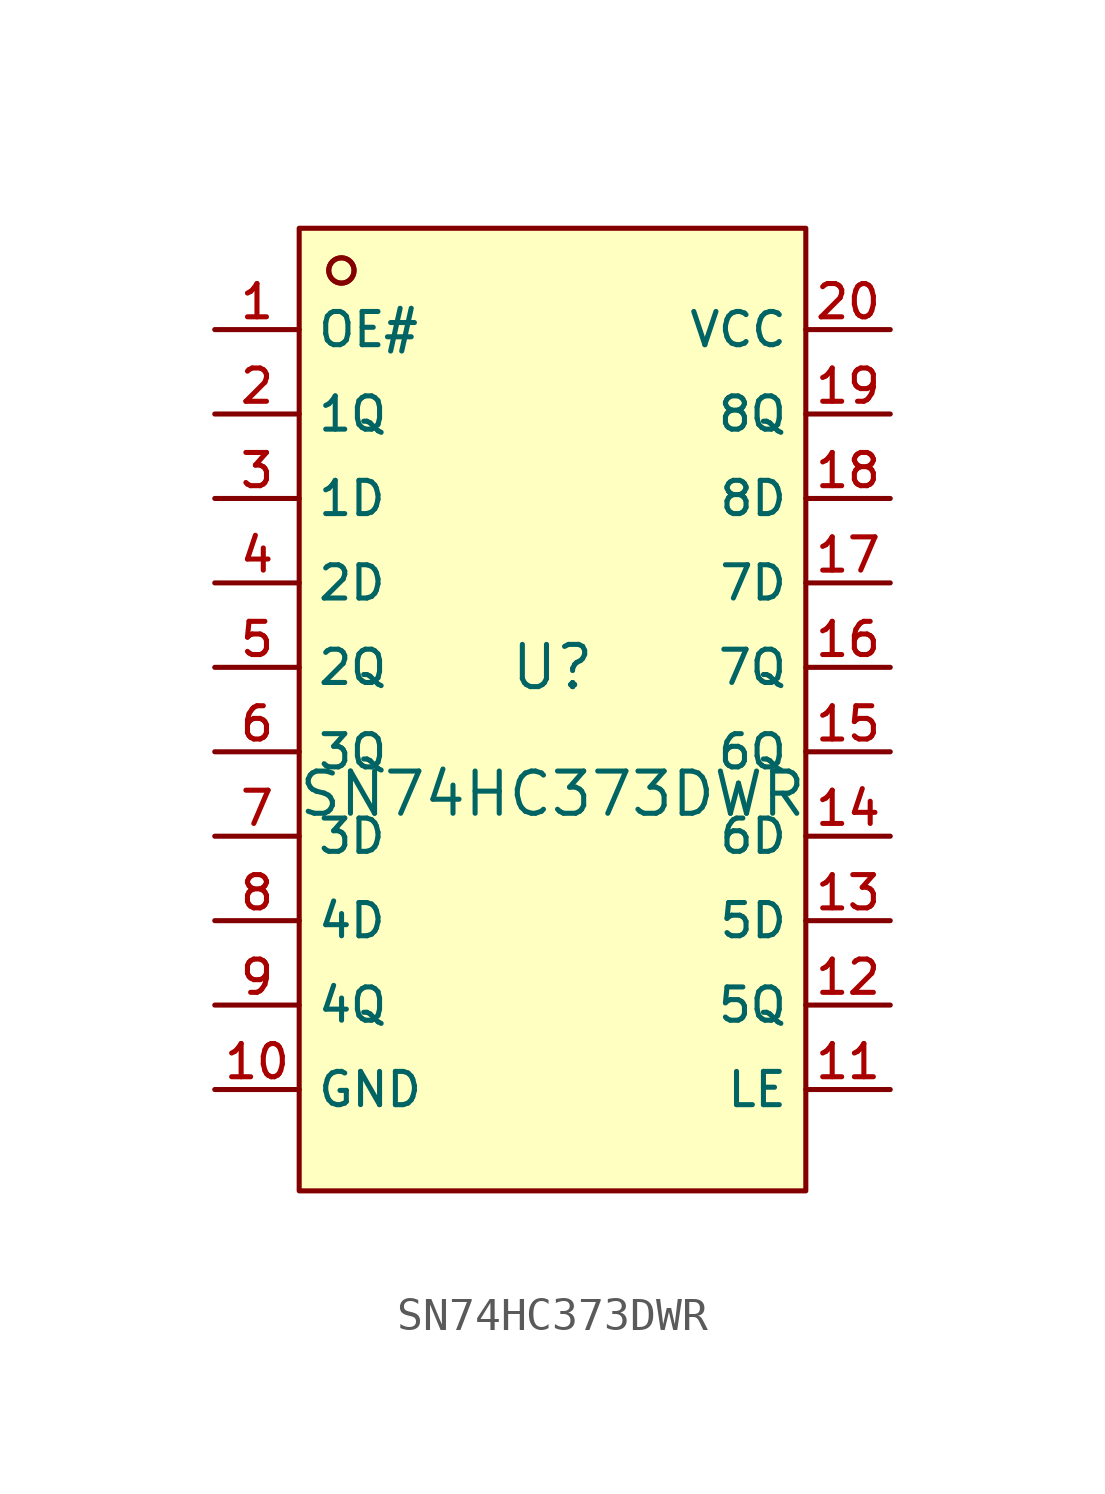
<source format=kicad_sym>
(kicad_symbol_lib
  (version 20210201)
  (generator TousstNicolas/JLC2KiCad_lib)
  (symbol "SN74HC373DWR"
    (property "Reference" "U"
      (at 0 1.27 0)
      (effects (font (size 1.27 1.27))))
    (property "Value" "SN74HC373DWR"
      (at 0 -2.54 0)
      (effects (font (size 1.27 1.27))))
    (symbol "SN74HC373DWR_0_1"
      (circle (center -6.35 13.208) (radius 0.381) (stroke (width 0) (type default) (color 0 0 0 0)) (fill (type background)))
      (rectangle (start -7.62 14.478) (end 7.62 -14.478) (stroke (width 0) (type default) (color 0 0 0 0)) (fill (type background)))
      (circle (center -6.35 13.208) (radius 0.381) (stroke (width 0) (type default) (color 0 0 0 0)) (fill (type background)))
      (pin unspecified line (at -10.16 11.43 0) (length 2.54) (name "OE#" (effects (font (size 1 1)))) (number "1" (effects (font (size 1 1)))))
      (pin unspecified line (at -10.16 8.89 0) (length 2.54) (name "1Q" (effects (font (size 1 1)))) (number "2" (effects (font (size 1 1)))))
      (pin unspecified line (at -10.16 6.35 0) (length 2.54) (name "1D" (effects (font (size 1 1)))) (number "3" (effects (font (size 1 1)))))
      (pin unspecified line (at -10.16 3.81 0) (length 2.54) (name "2D" (effects (font (size 1 1)))) (number "4" (effects (font (size 1 1)))))
      (pin unspecified line (at -10.16 1.27 0) (length 2.54) (name "2Q" (effects (font (size 1 1)))) (number "5" (effects (font (size 1 1)))))
      (pin unspecified line (at -10.16 -1.27 0) (length 2.54) (name "3Q" (effects (font (size 1 1)))) (number "6" (effects (font (size 1 1)))))
      (pin unspecified line (at -10.16 -3.81 0) (length 2.54) (name "3D" (effects (font (size 1 1)))) (number "7" (effects (font (size 1 1)))))
      (pin unspecified line (at -10.16 -6.35 0) (length 2.54) (name "4D" (effects (font (size 1 1)))) (number "8" (effects (font (size 1 1)))))
      (pin unspecified line (at -10.16 -8.89 0) (length 2.54) (name "4Q" (effects (font (size 1 1)))) (number "9" (effects (font (size 1 1)))))
      (pin unspecified line (at -10.16 -11.43 0) (length 2.54) (name "GND" (effects (font (size 1 1)))) (number "10" (effects (font (size 1 1)))))
      (pin unspecified line (at 10.16 -11.43 180) (length 2.54) (name "LE" (effects (font (size 1 1)))) (number "11" (effects (font (size 1 1)))))
      (pin unspecified line (at 10.16 -8.89 180) (length 2.54) (name "5Q" (effects (font (size 1 1)))) (number "12" (effects (font (size 1 1)))))
      (pin unspecified line (at 10.16 -6.35 180) (length 2.54) (name "5D" (effects (font (size 1 1)))) (number "13" (effects (font (size 1 1)))))
      (pin unspecified line (at 10.16 -3.81 180) (length 2.54) (name "6D" (effects (font (size 1 1)))) (number "14" (effects (font (size 1 1)))))
      (pin unspecified line (at 10.16 -1.27 180) (length 2.54) (name "6Q" (effects (font (size 1 1)))) (number "15" (effects (font (size 1 1)))))
      (pin unspecified line (at 10.16 1.27 180) (length 2.54) (name "7Q" (effects (font (size 1 1)))) (number "16" (effects (font (size 1 1)))))
      (pin unspecified line (at 10.16 3.81 180) (length 2.54) (name "7D" (effects (font (size 1 1)))) (number "17" (effects (font (size 1 1)))))
      (pin unspecified line (at 10.16 6.35 180) (length 2.54) (name "8D" (effects (font (size 1 1)))) (number "18" (effects (font (size 1 1)))))
      (pin unspecified line (at 10.16 8.89 180) (length 2.54) (name "8Q" (effects (font (size 1 1)))) (number "19" (effects (font (size 1 1)))))
      (pin unspecified line (at 10.16 11.43 180) (length 2.54) (name "VCC" (effects (font (size 1 1)))) (number "20" (effects (font (size 1 1))))))))
</source>
